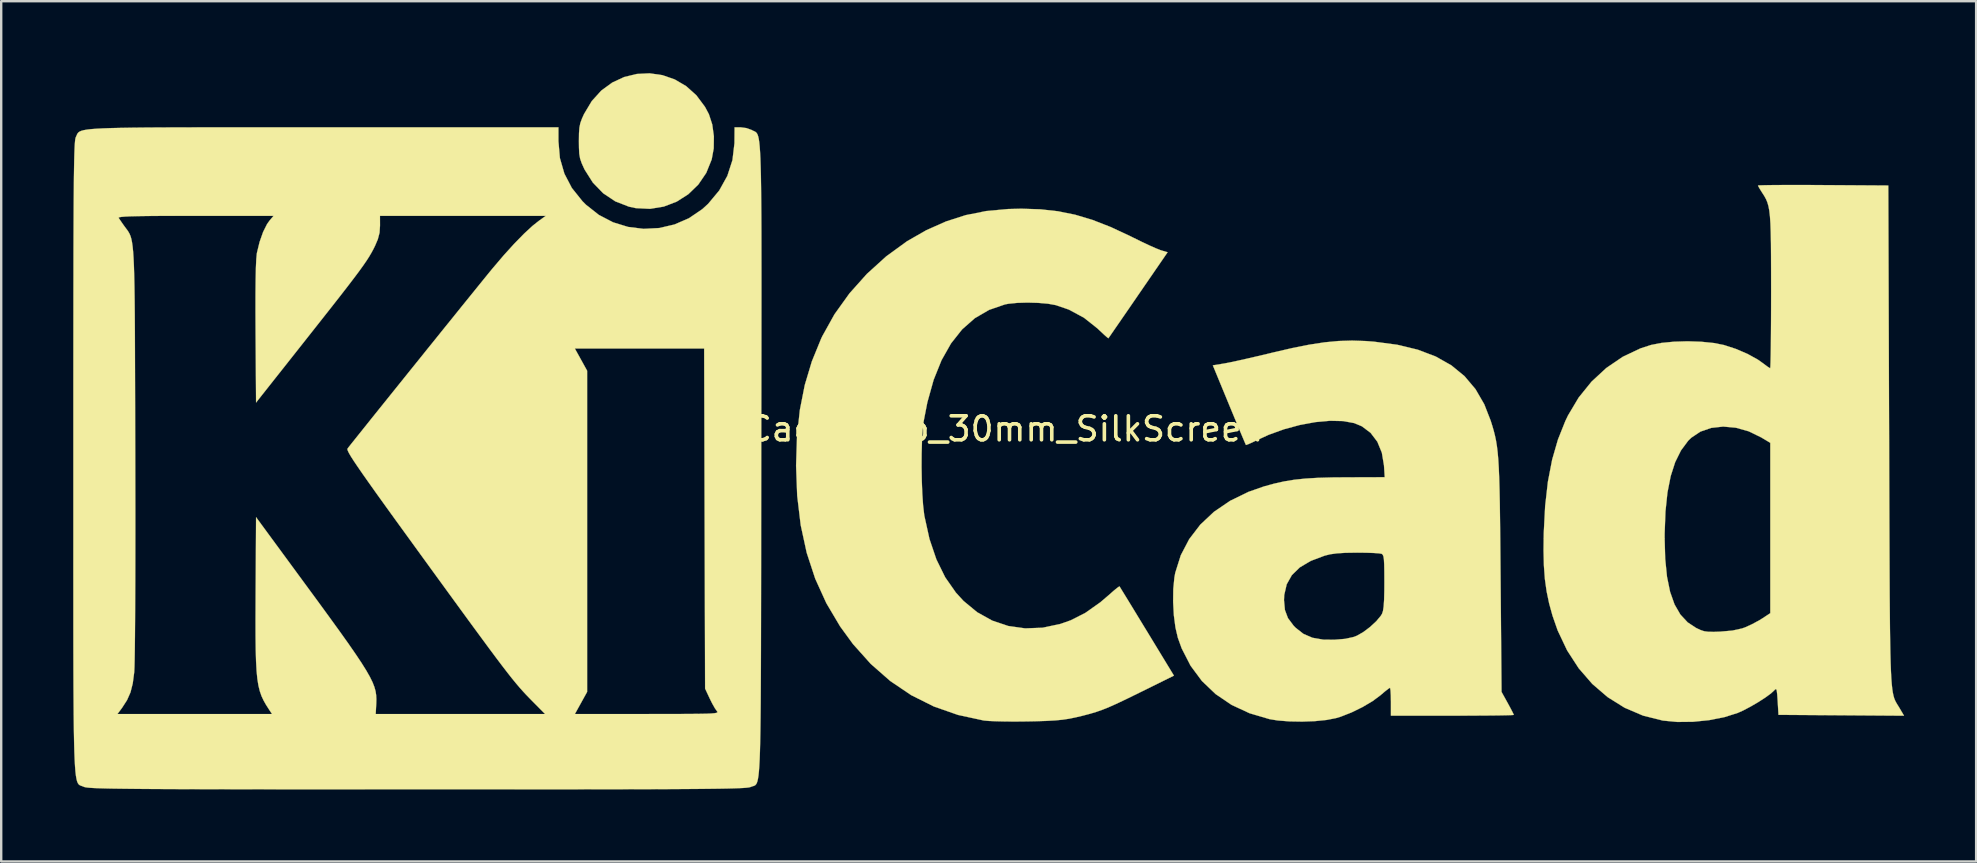
<source format=kicad_pcb>
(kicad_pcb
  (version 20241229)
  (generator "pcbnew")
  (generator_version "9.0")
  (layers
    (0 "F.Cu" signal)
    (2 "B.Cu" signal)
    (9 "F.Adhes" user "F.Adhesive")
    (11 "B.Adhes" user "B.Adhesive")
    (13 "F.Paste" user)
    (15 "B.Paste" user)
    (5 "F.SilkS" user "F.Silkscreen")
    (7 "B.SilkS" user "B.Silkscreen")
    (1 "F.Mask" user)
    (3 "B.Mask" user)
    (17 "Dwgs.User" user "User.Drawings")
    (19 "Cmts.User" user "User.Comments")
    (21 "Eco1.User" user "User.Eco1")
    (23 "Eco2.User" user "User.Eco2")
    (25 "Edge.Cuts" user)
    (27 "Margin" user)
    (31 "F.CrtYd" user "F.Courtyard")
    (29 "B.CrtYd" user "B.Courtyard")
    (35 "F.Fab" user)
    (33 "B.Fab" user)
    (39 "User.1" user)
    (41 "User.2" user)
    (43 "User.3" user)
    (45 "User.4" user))
  (footprint "KiCad-Logo_30mm_SilkScreen"
    (layer "F.Cu")
    (at 38.106 14.819)
    (property "Reference" "KiCad-Logo_30mm_SilkScreen" (at 0 0 0) (layer "F.SilkS") (effects (font (size 1 1) (thickness 0.15))))
    (attr exclude_from_pos_files exclude_from_bom)
    (fp_poly (pts (xy -13.557 -14.738) (xy -13.044 -14.56) (xy -12.567 -14.28) (xy -12.141 -13.898) (xy -11.781 -13.415) (xy -11.619 -13.11) (xy -11.48 -12.683) (xy -11.412 -12.191) (xy -11.419 -11.684) (xy -11.503 -11.226) (xy -11.73 -10.665) (xy -12.061 -10.179) (xy -12.477 -9.777) (xy -12.961 -9.468) (xy -13.499 -9.262) (xy -14.071 -9.168) (xy -14.662 -9.197) (xy -14.953 -9.259) (xy -15.521 -9.48) (xy -16.025 -9.817) (xy -16.454 -10.26) (xy -16.795 -10.798) (xy -16.823 -10.856) (xy -16.923 -11.077) (xy -16.986 -11.263) (xy -17.02 -11.459) (xy -17.033 -11.71) (xy -17.036 -11.983) (xy -17.032 -12.311) (xy -17.015 -12.549) (xy -16.976 -12.741) (xy -16.906 -12.933) (xy -16.82 -13.122) (xy -16.498 -13.66) (xy -16.103 -14.095) (xy -15.648 -14.428) (xy -15.151 -14.659) (xy -14.626 -14.787) (xy -14.09 -14.814) (xy -13.557 -14.738)) (stroke (width 0.01) (type solid)) (fill yes) (layer "F.SilkS"))
    (fp_poly (pts (xy 2.188 -9.148) (xy 2.924 -9.067) (xy 3.638 -8.923) (xy 4.357 -8.708) (xy 5.111 -8.414) (xy 5.93 -8.033) (xy 6.078 -7.959) (xy 6.416 -7.793) (xy 6.735 -7.643) (xy 7.003 -7.524) (xy 7.189 -7.45) (xy 7.218 -7.44) (xy 7.492 -7.358) (xy 6.265 -5.574) (xy 5.966 -5.138) (xy 5.691 -4.739) (xy 5.452 -4.392) (xy 5.257 -4.11) (xy 5.116 -3.905) (xy 5.038 -3.793) (xy 5.026 -3.775) (xy 4.974 -3.812) (xy 4.847 -3.924) (xy 4.668 -4.091) (xy 4.569 -4.185) (xy 4.007 -4.631) (xy 3.377 -4.97) (xy 2.834 -5.156) (xy 2.508 -5.215) (xy 2.099 -5.25) (xy 1.657 -5.262) (xy 1.228 -5.25) (xy 0.861 -5.213) (xy 0.715 -5.185) (xy 0.055 -4.958) (xy -0.539 -4.612) (xy -1.068 -4.146) (xy -1.53 -3.563) (xy -1.927 -2.861) (xy -2.256 -2.043) (xy -2.517 -1.108) (xy -2.673 -0.307) (xy -2.713 0.046) (xy -2.741 0.503) (xy -2.756 1.029) (xy -2.759 1.594) (xy -2.749 2.163) (xy -2.728 2.703) (xy -2.695 3.184) (xy -2.65 3.57) (xy -2.641 3.629) (xy -2.429 4.59) (xy -2.141 5.439) (xy -1.775 6.183) (xy -1.328 6.823) (xy -1.011 7.169) (xy -0.441 7.64) (xy 0.184 7.988) (xy 0.853 8.213) (xy 1.557 8.312) (xy 2.284 8.285) (xy 3.023 8.128) (xy 3.461 7.974) (xy 4.066 7.666) (xy 4.69 7.225) (xy 5.04 6.926) (xy 5.236 6.753) (xy 5.39 6.626) (xy 5.478 6.565) (xy 5.489 6.563) (xy 5.528 6.626) (xy 5.629 6.791) (xy 5.784 7.044) (xy 5.985 7.372) (xy 6.221 7.76) (xy 6.485 8.193) (xy 6.633 8.435) (xy 7.756 10.281) (xy 6.353 10.974) (xy 5.846 11.223) (xy 5.435 11.419) (xy 5.095 11.573) (xy 4.802 11.693) (xy 4.529 11.79) (xy 4.252 11.873) (xy 3.946 11.953) (xy 3.653 12.022) (xy 3.392 12.076) (xy 3.12 12.117) (xy 2.808 12.147) (xy 2.429 12.168) (xy 1.957 12.183) (xy 1.639 12.189) (xy 1.185 12.194) (xy 0.749 12.192) (xy 0.361 12.183) (xy 0.049 12.17) (xy -0.157 12.152) (xy -0.169 12.15) (xy -1.242 11.918) (xy -2.249 11.566) (xy -3.19 11.095) (xy -4.066 10.504) (xy -4.875 9.794) (xy -5.617 8.965) (xy -6.154 8.228) (xy -6.726 7.263) (xy -7.189 6.245) (xy -7.544 5.164) (xy -7.794 4.013) (xy -7.941 2.783) (xy -7.987 1.534) (xy -7.949 0.327) (xy -7.83 -0.788) (xy -7.625 -1.828) (xy -7.33 -2.812) (xy -6.943 -3.759) (xy -6.897 -3.857) (xy -6.387 -4.774) (xy -5.761 -5.647) (xy -5.037 -6.457) (xy -4.232 -7.187) (xy -3.364 -7.818) (xy -2.555 -8.281) (xy -1.738 -8.643) (xy -0.919 -8.906) (xy -0.066 -9.076) (xy 0.851 -9.16) (xy 1.4 -9.173) (xy 2.188 -9.148)) (stroke (width 0.01) (type solid)) (fill yes) (layer "F.SilkS"))
    (fp_poly (pts (xy 34.027 -10.161) (xy 34.608 -10.159) (xy 34.806 -10.157) (xy 37.52 -10.14) (xy 37.554 0.273) (xy 37.558 1.685) (xy 37.562 2.967) (xy 37.566 4.126) (xy 37.57 5.168) (xy 37.574 6.1) (xy 37.578 6.929) (xy 37.584 7.661) (xy 37.59 8.303) (xy 37.598 8.861) (xy 37.607 9.342) (xy 37.618 9.753) (xy 37.631 10.101) (xy 37.646 10.392) (xy 37.664 10.632) (xy 37.685 10.828) (xy 37.709 10.988) (xy 37.736 11.117) (xy 37.766 11.222) (xy 37.801 11.31) (xy 37.84 11.388) (xy 37.883 11.462) (xy 37.931 11.538) (xy 37.983 11.624) (xy 37.994 11.642) (xy 38.175 11.951) (xy 35.56 11.933) (xy 32.945 11.915) (xy 32.911 11.34) (xy 32.892 11.065) (xy 32.873 10.905) (xy 32.847 10.842) (xy 32.807 10.855) (xy 32.774 10.891) (xy 32.63 11.024) (xy 32.396 11.195) (xy 32.105 11.383) (xy 31.788 11.568) (xy 31.481 11.73) (xy 31.244 11.836) (xy 30.691 12.011) (xy 30.056 12.136) (xy 29.386 12.204) (xy 28.728 12.211) (xy 28.129 12.154) (xy 28.12 12.152) (xy 27.301 11.947) (xy 26.534 11.619) (xy 25.827 11.177) (xy 25.187 10.627) (xy 24.622 9.976) (xy 24.139 9.231) (xy 23.745 8.4) (xy 23.53 7.784) (xy 23.388 7.269) (xy 23.284 6.77) (xy 23.212 6.257) (xy 23.171 5.699) (xy 23.156 5.068) (xy 23.162 4.552) (xy 28.201 4.552) (xy 28.225 5.417) (xy 28.3 6.161) (xy 28.429 6.791) (xy 28.614 7.314) (xy 28.857 7.735) (xy 29.161 8.062) (xy 29.511 8.293) (xy 29.694 8.38) (xy 29.852 8.432) (xy 30.029 8.455) (xy 30.266 8.457) (xy 30.521 8.448) (xy 31.023 8.404) (xy 31.42 8.317) (xy 31.545 8.274) (xy 31.83 8.145) (xy 32.131 7.984) (xy 32.262 7.903) (xy 32.603 7.68) (xy 32.603 0.582) (xy 32.228 0.357) (xy 31.704 0.102) (xy 31.169 -0.048) (xy 30.642 -0.096) (xy 30.143 -0.041) (xy 29.691 0.115) (xy 29.307 0.372) (xy 29.182 0.495) (xy 28.883 0.898) (xy 28.641 1.386) (xy 28.454 1.968) (xy 28.319 2.651) (xy 28.236 3.444) (xy 28.202 4.355) (xy 28.201 4.552) (xy 23.162 4.552) (xy 23.165 4.337) (xy 23.223 3.213) (xy 23.338 2.199) (xy 23.515 1.281) (xy 23.757 0.443) (xy 24.065 -0.329) (xy 24.175 -0.558) (xy 24.619 -1.304) (xy 25.155 -1.967) (xy 25.771 -2.537) (xy 26.454 -3.002) (xy 27.191 -3.352) (xy 27.634 -3.496) (xy 28.068 -3.581) (xy 28.591 -3.632) (xy 29.158 -3.649) (xy 29.725 -3.63) (xy 30.25 -3.577) (xy 30.671 -3.494) (xy 31.172 -3.331) (xy 31.658 -3.122) (xy 32.083 -2.887) (xy 32.309 -2.727) (xy 32.465 -2.609) (xy 32.575 -2.537) (xy 32.599 -2.526) (xy 32.607 -2.592) (xy 32.614 -2.782) (xy 32.621 -3.081) (xy 32.627 -3.476) (xy 32.631 -3.955) (xy 32.635 -4.504) (xy 32.637 -5.108) (xy 32.638 -5.725) (xy 32.637 -6.514) (xy 32.635 -7.179) (xy 32.631 -7.733) (xy 32.622 -8.189) (xy 32.609 -8.559) (xy 32.589 -8.857) (xy 32.562 -9.094) (xy 32.526 -9.283) (xy 32.481 -9.438) (xy 32.426 -9.571) (xy 32.358 -9.695) (xy 32.277 -9.822) (xy 32.267 -9.837) (xy 32.163 -10.002) (xy 32.1 -10.115) (xy 32.091 -10.139) (xy 32.157 -10.146) (xy 32.345 -10.152) (xy 32.641 -10.157) (xy 33.029 -10.16) (xy 33.496 -10.161) (xy 34.027 -10.161)) (stroke (width 0.01) (type solid)) (fill yes) (layer "F.SilkS"))
    (fp_poly (pts (xy 15.752 -3.659) (xy 16.091 -3.633) (xy 17.059 -3.505) (xy 17.916 -3.299) (xy 18.666 -3.014) (xy 19.315 -2.647) (xy 19.865 -2.195) (xy 20.321 -1.655) (xy 20.687 -1.024) (xy 20.954 -0.341) (xy 21.022 -0.124) (xy 21.081 0.08) (xy 21.132 0.281) (xy 21.176 0.49) (xy 21.213 0.719) (xy 21.244 0.977) (xy 21.27 1.277) (xy 21.291 1.628) (xy 21.308 2.042) (xy 21.322 2.531) (xy 21.334 3.104) (xy 21.343 3.774) (xy 21.352 4.55) (xy 21.36 5.444) (xy 21.366 6.145) (xy 21.406 10.959) (xy 21.662 11.422) (xy 21.783 11.645) (xy 21.873 11.819) (xy 21.916 11.911) (xy 21.918 11.917) (xy 21.852 11.924) (xy 21.665 11.931) (xy 21.37 11.937) (xy 20.985 11.942) (xy 20.522 11.945) (xy 19.997 11.948) (xy 19.425 11.949) (xy 19.357 11.949) (xy 16.797 11.949) (xy 16.797 11.369) (xy 16.792 11.106) (xy 16.781 10.906) (xy 16.764 10.798) (xy 16.757 10.788) (xy 16.689 10.83) (xy 16.549 10.939) (xy 16.368 11.093) (xy 16.364 11.097) (xy 16.033 11.343) (xy 15.615 11.59) (xy 15.158 11.814) (xy 14.708 11.991) (xy 14.509 12.051) (xy 14.115 12.128) (xy 13.631 12.177) (xy 13.102 12.197) (xy 12.572 12.188) (xy 12.085 12.15) (xy 11.744 12.095) (xy 10.909 11.849) (xy 10.157 11.5) (xy 9.493 11.05) (xy 8.922 10.505) (xy 8.449 9.868) (xy 8.079 9.145) (xy 7.92 8.706) (xy 7.82 8.279) (xy 7.753 7.767) (xy 7.723 7.216) (xy 7.724 7.136) (xy 12.342 7.136) (xy 12.38 7.545) (xy 12.507 7.885) (xy 12.743 8.201) (xy 12.834 8.293) (xy 13.155 8.543) (xy 13.527 8.703) (xy 13.973 8.781) (xy 14.442 8.786) (xy 14.887 8.749) (xy 15.228 8.675) (xy 15.376 8.62) (xy 15.642 8.469) (xy 15.925 8.256) (xy 16.183 8.018) (xy 16.375 7.789) (xy 16.426 7.705) (xy 16.466 7.588) (xy 16.494 7.401) (xy 16.513 7.126) (xy 16.522 6.747) (xy 16.524 6.385) (xy 16.522 5.964) (xy 16.517 5.659) (xy 16.506 5.452) (xy 16.487 5.321) (xy 16.458 5.247) (xy 16.417 5.21) (xy 16.404 5.204) (xy 16.294 5.186) (xy 16.077 5.171) (xy 15.781 5.161) (xy 15.438 5.157) (xy 15.363 5.157) (xy 14.903 5.164) (xy 14.549 5.186) (xy 14.266 5.225) (xy 14.034 5.283) (xy 13.456 5.501) (xy 13.002 5.77) (xy 12.67 6.093) (xy 12.455 6.475) (xy 12.352 6.92) (xy 12.342 7.136) (xy 7.724 7.136) (xy 7.729 6.675) (xy 7.776 6.189) (xy 7.812 5.993) (xy 8.042 5.265) (xy 8.392 4.595) (xy 8.855 3.99) (xy 9.424 3.456) (xy 10.094 2.999) (xy 10.857 2.626) (xy 11.505 2.399) (xy 11.939 2.28) (xy 12.353 2.188) (xy 12.776 2.119) (xy 13.233 2.071) (xy 13.752 2.04) (xy 14.36 2.023) (xy 14.91 2.019) (xy 16.539 2.014) (xy 16.508 1.524) (xy 16.419 0.993) (xy 16.231 0.536) (xy 15.95 0.166) (xy 15.586 -0.108) (xy 15.265 -0.241) (xy 14.806 -0.325) (xy 14.258 -0.337) (xy 13.65 -0.282) (xy 13.004 -0.163) (xy 12.348 0.014) (xy 11.708 0.245) (xy 11.242 0.457) (xy 11.018 0.566) (xy 10.847 0.641) (xy 10.76 0.671) (xy 10.756 0.67) (xy 10.726 0.604) (xy 10.651 0.428) (xy 10.538 0.16) (xy 10.394 -0.185) (xy 10.227 -0.588) (xy 10.057 -0.999) (xy 9.377 -2.647) (xy 9.861 -2.726) (xy 10.07 -2.766) (xy 10.385 -2.833) (xy 10.779 -2.921) (xy 11.224 -3.024) (xy 11.694 -3.135) (xy 11.881 -3.181) (xy 12.69 -3.368) (xy 13.398 -3.509) (xy 14.032 -3.606) (xy 14.618 -3.661) (xy 15.183 -3.678) (xy 15.752 -3.659)) (stroke (width 0.01) (type solid)) (fill yes) (layer "F.SilkS"))
    (fp_poly (pts (xy -29.619 -12.564) (xy -28.303 -12.563) (xy -27.691 -12.563) (xy -17.889 -12.563) (xy -17.889 -11.986) (xy -17.828 -11.283) (xy -17.641 -10.634) (xy -17.329 -10.036) (xy -16.889 -9.486) (xy -16.74 -9.337) (xy -16.205 -8.915) (xy -15.614 -8.607) (xy -14.986 -8.414) (xy -14.338 -8.334) (xy -13.688 -8.368) (xy -13.053 -8.516) (xy -12.451 -8.777) (xy -11.899 -9.152) (xy -11.651 -9.377) (xy -11.189 -9.932) (xy -10.851 -10.541) (xy -10.638 -11.198) (xy -10.555 -11.897) (xy -10.554 -11.966) (xy -10.549 -12.563) (xy -10.287 -12.563) (xy -10.054 -12.532) (xy -9.841 -12.455) (xy -9.827 -12.447) (xy -9.779 -12.422) (xy -9.735 -12.403) (xy -9.694 -12.383) (xy -9.658 -12.358) (xy -9.624 -12.321) (xy -9.594 -12.267) (xy -9.567 -12.19) (xy -9.543 -12.085) (xy -9.522 -11.946) (xy -9.504 -11.767) (xy -9.488 -11.543) (xy -9.474 -11.267) (xy -9.463 -10.935) (xy -9.453 -10.541) (xy -9.446 -10.078) (xy -9.44 -9.542) (xy -9.435 -8.927) (xy -9.432 -8.226) (xy -9.431 -7.435) (xy -9.43 -6.548) (xy -9.43 -5.558) (xy -9.431 -4.461) (xy -9.432 -3.251) (xy -9.434 -1.922) (xy -9.436 -0.468) (xy -9.439 1.116) (xy -9.439 1.309) (xy -9.441 2.903) (xy -9.443 4.366) (xy -9.444 5.704) (xy -9.446 6.923) (xy -9.448 8.027) (xy -9.45 9.023) (xy -9.453 9.917) (xy -9.457 10.714) (xy -9.461 11.419) (xy -9.467 12.038) (xy -9.474 12.578) (xy -9.483 13.043) (xy -9.493 13.44) (xy -9.505 13.773) (xy -9.52 14.049) (xy -9.536 14.273) (xy -9.555 14.451) (xy -9.577 14.589) (xy -9.601 14.692) (xy -9.628 14.766) (xy -9.659 14.816) (xy -9.692 14.849) (xy -9.73 14.869) (xy -9.771 14.883) (xy -9.815 14.896) (xy -9.864 14.914) (xy -9.876 14.919) (xy -9.914 14.931) (xy -9.976 14.942) (xy -10.07 14.953) (xy -10.2 14.962) (xy -10.371 14.97) (xy -10.59 14.978) (xy -10.861 14.985) (xy -11.19 14.991) (xy -11.584 14.996) (xy -12.046 15.001) (xy -12.582 15.005) (xy -13.199 15.009) (xy -13.902 15.012) (xy -14.695 15.014) (xy -15.585 15.016) (xy -16.577 15.017) (xy -17.676 15.019) (xy -18.889 15.019) (xy -20.22 15.02) (xy -21.674 15.02) (xy -23.258 15.02) (xy -23.772 15.02) (xy -25.391 15.02) (xy -26.879 15.019) (xy -28.242 15.019) (xy -29.485 15.018) (xy -30.613 15.017) (xy -31.633 15.015) (xy -32.549 15.013) (xy -33.368 15.011) (xy -34.094 15.008) (xy -34.734 15.005) (xy -35.293 15.001) (xy -35.776 14.996) (xy -36.189 14.991) (xy -36.538 14.986) (xy -36.828 14.979) (xy -37.064 14.972) (xy -37.253 14.964) (xy -37.399 14.955) (xy -37.508 14.945) (xy -37.587 14.934) (xy -37.64 14.922) (xy -37.668 14.911) (xy -37.72 14.89) (xy -37.766 14.874) (xy -37.809 14.858) (xy -37.849 14.836) (xy -37.884 14.804) (xy -37.916 14.754) (xy -37.945 14.682) (xy -37.97 14.581) (xy -37.993 14.447) (xy -38.013 14.273) (xy -38.03 14.054) (xy -38.045 13.784) (xy -38.058 13.458) (xy -38.068 13.069) (xy -38.077 12.613) (xy -38.084 12.084) (xy -38.086 11.881) (xy -36.263 11.881) (xy -29.822 11.881) (xy -29.946 11.693) (xy -30.07 11.5) (xy -30.174 11.316) (xy -30.261 11.129) (xy -30.332 10.925) (xy -30.389 10.692) (xy -30.433 10.416) (xy -30.465 10.086) (xy -30.487 9.687) (xy -30.501 9.208) (xy -30.508 8.635) (xy -30.509 7.955) (xy -30.506 7.156) (xy -30.505 6.86) (xy -30.487 3.68) (xy -28.473 6.423) (xy -27.902 7.2) (xy -27.408 7.878) (xy -26.984 8.464) (xy -26.626 8.967) (xy -26.329 9.397) (xy -26.086 9.762) (xy -25.893 10.071) (xy -25.744 10.334) (xy -25.633 10.559) (xy -25.557 10.755) (xy -25.508 10.931) (xy -25.483 11.097) (xy -25.475 11.261) (xy -25.479 11.432) (xy -25.48 11.453) (xy -25.502 11.881) (xy -21.973 11.881) (xy -18.444 11.881) (xy -18.969 11.351) (xy -19.111 11.206) (xy -19.246 11.066) (xy -19.38 10.921) (xy -19.519 10.764) (xy -19.667 10.589) (xy -19.833 10.386) (xy -20.02 10.148) (xy -20.236 9.867) (xy -20.486 9.536) (xy -20.776 9.147) (xy -21.112 8.691) (xy -21.501 8.162) (xy -21.947 7.551) (xy -22.457 6.851) (xy -23.037 6.054) (xy -23.512 5.4) (xy -24.108 4.578) (xy -24.629 3.86) (xy -25.078 3.238) (xy -25.46 2.706) (xy -25.78 2.256) (xy -26.043 1.882) (xy -26.253 1.578) (xy -26.416 1.336) (xy -26.535 1.149) (xy -26.616 1.011) (xy -26.663 0.915) (xy -26.682 0.854) (xy -26.676 0.822) (xy -26.61 0.736) (xy -26.466 0.555) (xy -26.254 0.29) (xy -25.982 -0.05) (xy -25.66 -0.453) (xy -25.294 -0.908) (xy -24.895 -1.405) (xy -24.47 -1.933) (xy -24.029 -2.482) (xy -23.58 -3.039) (xy -23.334 -3.346) (xy -17.204 -3.346) (xy -16.949 -2.885) (xy -16.694 -2.424) (xy -16.694 10.959) (xy -16.949 11.42) (xy -17.204 11.881) (xy -14.19 11.881) (xy -13.471 11.88) (xy -12.877 11.879) (xy -12.396 11.877) (xy -12.018 11.873) (xy -11.731 11.868) (xy -11.524 11.859) (xy -11.385 11.847) (xy -11.304 11.832) (xy -11.267 11.812) (xy -11.265 11.788) (xy -11.286 11.76) (xy -11.286 11.759) (xy -11.373 11.635) (xy -11.487 11.432) (xy -11.587 11.23) (xy -11.778 10.822) (xy -11.798 3.738) (xy -11.817 -3.346) (xy -17.204 -3.346) (xy -23.334 -3.346) (xy -23.132 -3.595) (xy -22.694 -4.14) (xy -22.273 -4.661) (xy -21.88 -5.149) (xy -21.521 -5.592) (xy -21.207 -5.98) (xy -20.946 -6.302) (xy -20.746 -6.548) (xy -20.628 -6.691) (xy -20.172 -7.227) (xy -19.734 -7.71) (xy -19.328 -8.126) (xy -18.97 -8.457) (xy -18.715 -8.66) (xy -18.415 -8.876) (xy -25.325 -8.876) (xy -25.323 -8.471) (xy -25.342 -8.173) (xy -25.415 -7.896) (xy -25.527 -7.634) (xy -25.6 -7.486) (xy -25.679 -7.34) (xy -25.77 -7.185) (xy -25.881 -7.012) (xy -26.019 -6.811) (xy -26.191 -6.572) (xy -26.405 -6.286) (xy -26.667 -5.943) (xy -26.985 -5.533) (xy -27.366 -5.047) (xy -27.817 -4.475) (xy -28.345 -3.806) (xy -28.404 -3.731) (xy -30.487 -1.097) (xy -30.507 -4.014) (xy -30.511 -4.887) (xy -30.51 -5.627) (xy -30.504 -6.235) (xy -30.494 -6.714) (xy -30.478 -7.066) (xy -30.457 -7.294) (xy -30.45 -7.337) (xy -30.339 -7.792) (xy -30.194 -8.203) (xy -30.029 -8.533) (xy -29.929 -8.673) (xy -29.758 -8.876) (xy -33.011 -8.876) (xy -33.787 -8.876) (xy -34.436 -8.874) (xy -34.968 -8.87) (xy -35.391 -8.864) (xy -35.715 -8.856) (xy -35.95 -8.845) (xy -36.106 -8.831) (xy -36.191 -8.815) (xy -36.215 -8.795) (xy -36.213 -8.791) (xy -36.144 -8.687) (xy -36.029 -8.522) (xy -35.969 -8.438) (xy -35.908 -8.355) (xy -35.852 -8.281) (xy -35.803 -8.208) (xy -35.759 -8.129) (xy -35.72 -8.037) (xy -35.686 -7.924) (xy -35.657 -7.784) (xy -35.632 -7.608) (xy -35.61 -7.39) (xy -35.592 -7.122) (xy -35.577 -6.797) (xy -35.565 -6.408) (xy -35.555 -5.947) (xy -35.547 -5.406) (xy -35.541 -4.779) (xy -35.536 -4.058) (xy -35.533 -3.236) (xy -35.53 -2.306) (xy -35.527 -1.26) (xy -35.524 -0.091) (xy -35.521 0.983) (xy -35.519 2.181) (xy -35.517 3.323) (xy -35.517 4.404) (xy -35.518 5.414) (xy -35.52 6.348) (xy -35.524 7.198) (xy -35.528 7.956) (xy -35.533 8.615) (xy -35.539 9.169) (xy -35.546 9.609) (xy -35.554 9.928) (xy -35.563 10.12) (xy -35.564 10.14) (xy -35.625 10.604) (xy -35.719 10.977) (xy -35.863 11.302) (xy -36.071 11.624) (xy -36.097 11.659) (xy -36.263 11.881) (xy -38.086 11.881) (xy -38.089 11.475) (xy -38.094 10.782) (xy -38.097 9.999) (xy -38.099 9.119) (xy -38.1 8.138) (xy -38.1 7.05) (xy -38.101 5.848) (xy -38.1 4.529) (xy -38.1 3.085) (xy -38.1 1.511) (xy -38.1 1.198) (xy -38.1 -0.392) (xy -38.1 -1.852) (xy -38.099 -3.186) (xy -38.098 -4.4) (xy -38.097 -5.5) (xy -38.095 -6.492) (xy -38.094 -7.381) (xy -38.091 -8.172) (xy -38.088 -8.872) (xy -38.085 -9.486) (xy -38.08 -10.019) (xy -38.076 -10.477) (xy -38.07 -10.866) (xy -38.064 -11.191) (xy -38.057 -11.458) (xy -38.049 -11.673) (xy -38.041 -11.841) (xy -38.031 -11.967) (xy -38.021 -12.058) (xy -38.009 -12.119) (xy -37.997 -12.155) (xy -37.996 -12.156) (xy -37.971 -12.211) (xy -37.949 -12.262) (xy -37.926 -12.307) (xy -37.893 -12.347) (xy -37.845 -12.383) (xy -37.775 -12.415) (xy -37.677 -12.443) (xy -37.543 -12.467) (xy -37.368 -12.488) (xy -37.144 -12.505) (xy -36.866 -12.52) (xy -36.526 -12.532) (xy -36.118 -12.541) (xy -35.635 -12.549) (xy -35.072 -12.555) (xy -34.421 -12.559) (xy -33.675 -12.561) (xy -32.829 -12.563) (xy -31.875 -12.564) (xy -30.807 -12.564) (xy -29.619 -12.564)) (stroke (width 0.01) (type solid)) (fill yes) (layer "F.SilkS")))
  (gr_rect
    (start -3 -3)
    (end 79.286 32.844)
    (stroke (width 0.1) (type default))
    (fill no)
    (layer "Edge.Cuts")))
</source>
